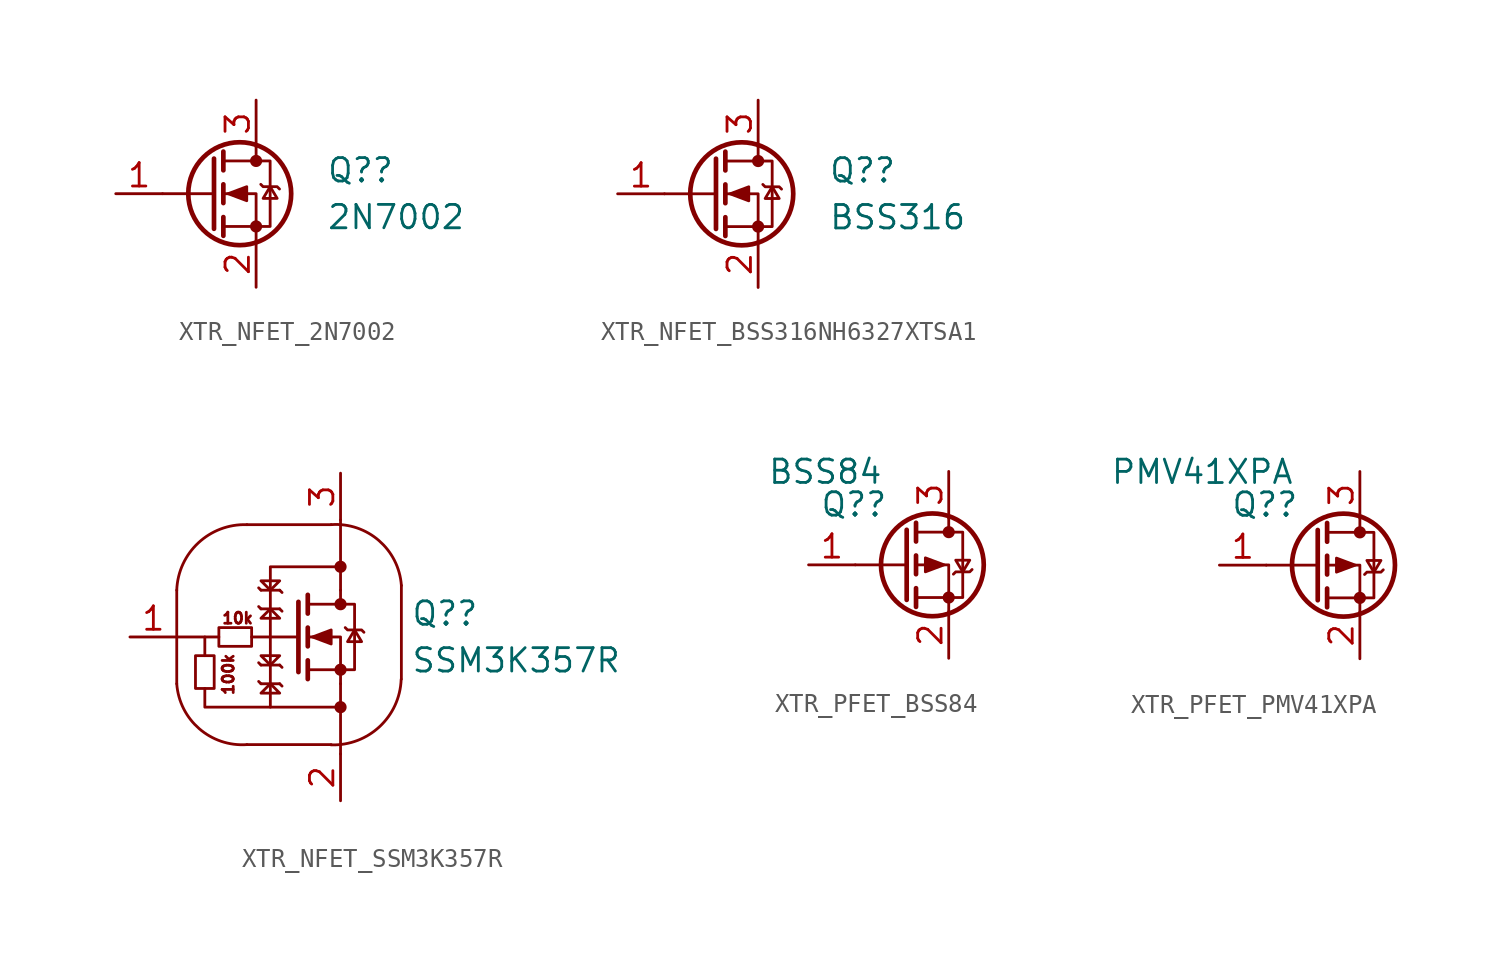
<source format=kicad_sym>
(kicad_symbol_lib
  (version 20231120)
  (generator "kicad_symbol_editor")
  (generator_version "8.0")
  (symbol "XTR_NFET_2N7002"
    (pin_names hide)
    (property "Reference" "Q?"
      (at 6.35 1.27 0)
      (effects (font (size 1.27 1.27)) (justify left)))
    (property "Value" "2N7002"
      (at 6.35 -1.27 0)
      (effects (font (size 1.27 1.27)) (justify left)))
    (symbol "XTR_NFET_2N7002_0_1"
      (polyline (pts (xy 0.254 0) (xy -2.54 0)) (stroke (width 0) (type default)) (fill (type none)))
      (polyline (pts (xy 0.254 1.905) (xy 0.254 -1.905)) (stroke (width 0.254) (type default)) (fill (type none)))
      (polyline (pts (xy 0.762 -1.27) (xy 0.762 -2.286)) (stroke (width 0.254) (type default)) (fill (type none)))
      (polyline (pts (xy 0.762 0.508) (xy 0.762 -0.508)) (stroke (width 0.254) (type default)) (fill (type none)))
      (polyline (pts (xy 0.762 2.286) (xy 0.762 1.27)) (stroke (width 0.254) (type default)) (fill (type none)))
      (polyline (pts (xy 2.54 2.54) (xy 2.54 1.778)) (stroke (width 0) (type default)) (fill (type none)))
      (polyline (pts (xy 2.54 -2.54) (xy 2.54 0) (xy 0.762 0)) (stroke (width 0) (type default)) (fill (type none)))
      (polyline (pts (xy 0.762 -1.778) (xy 3.302 -1.778) (xy 3.302 1.778) (xy 0.762 1.778)) (stroke (width 0) (type default)) (fill (type none)))
      (polyline (pts (xy 1.016 0) (xy 2.032 0.381) (xy 2.032 -0.381) (xy 1.016 0)) (stroke (width 0) (type default)) (fill (type outline)))
      (polyline (pts (xy 2.794 0.508) (xy 2.921 0.381) (xy 3.683 0.381) (xy 3.81 0.254)) (stroke (width 0) (type default)) (fill (type none)))
      (polyline (pts (xy 3.302 0.381) (xy 2.921 -0.254) (xy 3.683 -0.254) (xy 3.302 0.381)) (stroke (width 0) (type default)) (fill (type none)))
      (circle (center 1.651 0) (radius 2.794) (stroke (width 0.254) (type default)) (fill (type none)))
      (circle (center 2.54 -1.778) (radius 0.254) (stroke (width 0) (type default)) (fill (type outline)))
      (circle (center 2.54 1.778) (radius 0.254) (stroke (width 0) (type default)) (fill (type outline))))
    (symbol "XTR_NFET_2N7002_1_1"
      (pin input line (at -5.08 0 0) (length 2.54) (name "G" (effects (font (size 1.27 1.27)))) (number "1" (effects (font (size 1.27 1.27)))))
      (pin passive line (at 2.54 -5.08 90) (length 2.54) (name "S" (effects (font (size 1.27 1.27)))) (number "2" (effects (font (size 1.27 1.27)))))
      (pin passive line (at 2.54 5.08 270) (length 2.54) (name "D" (effects (font (size 1.27 1.27)))) (number "3" (effects (font (size 1.27 1.27)))))))
  (symbol "XTR_NFET_BSS316NH6327XTSA1"
    (pin_names hide)
    (property "Reference" "Q?"
      (at 6.35 1.27 0)
      (effects (font (size 1.27 1.27)) (justify left)))
    (property "Value" "BSS316"
      (at 6.35 -1.27 0)
      (effects (font (size 1.27 1.27)) (justify left)))
    (symbol "XTR_NFET_BSS316NH6327XTSA1_0_1"
      (polyline (pts (xy 0.254 0) (xy -2.54 0)) (stroke (width 0) (type default)) (fill (type none)))
      (polyline (pts (xy 0.254 1.905) (xy 0.254 -1.905)) (stroke (width 0.254) (type default)) (fill (type none)))
      (polyline (pts (xy 0.762 -1.27) (xy 0.762 -2.286)) (stroke (width 0.254) (type default)) (fill (type none)))
      (polyline (pts (xy 0.762 0.508) (xy 0.762 -0.508)) (stroke (width 0.254) (type default)) (fill (type none)))
      (polyline (pts (xy 0.762 2.286) (xy 0.762 1.27)) (stroke (width 0.254) (type default)) (fill (type none)))
      (polyline (pts (xy 2.54 2.54) (xy 2.54 1.778)) (stroke (width 0) (type default)) (fill (type none)))
      (polyline (pts (xy 2.54 -2.54) (xy 2.54 0) (xy 0.762 0)) (stroke (width 0) (type default)) (fill (type none)))
      (polyline (pts (xy 0.762 -1.778) (xy 3.302 -1.778) (xy 3.302 1.778) (xy 0.762 1.778)) (stroke (width 0) (type default)) (fill (type none)))
      (polyline (pts (xy 1.016 0) (xy 2.032 0.381) (xy 2.032 -0.381) (xy 1.016 0)) (stroke (width 0) (type default)) (fill (type outline)))
      (polyline (pts (xy 2.794 0.508) (xy 2.921 0.381) (xy 3.683 0.381) (xy 3.81 0.254)) (stroke (width 0) (type default)) (fill (type none)))
      (polyline (pts (xy 3.302 0.381) (xy 2.921 -0.254) (xy 3.683 -0.254) (xy 3.302 0.381)) (stroke (width 0) (type default)) (fill (type none)))
      (circle (center 1.651 0) (radius 2.794) (stroke (width 0.254) (type default)) (fill (type none)))
      (circle (center 2.54 -1.778) (radius 0.254) (stroke (width 0) (type default)) (fill (type outline)))
      (circle (center 2.54 1.778) (radius 0.254) (stroke (width 0) (type default)) (fill (type outline))))
    (symbol "XTR_NFET_BSS316NH6327XTSA1_1_1"
      (pin input line (at -5.08 0 0) (length 2.54) (name "G" (effects (font (size 1.27 1.27)))) (number "1" (effects (font (size 1.27 1.27)))))
      (pin passive line (at 2.54 -5.08 90) (length 2.54) (name "S" (effects (font (size 1.27 1.27)))) (number "2" (effects (font (size 1.27 1.27)))))
      (pin passive line (at 2.54 5.08 270) (length 2.54) (name "D" (effects (font (size 1.27 1.27)))) (number "3" (effects (font (size 1.27 1.27)))))))
  (symbol "XTR_NFET_SSM3K357R"
    (pin_names hide)
    (property "Reference" "Q?"
      (at 6.35 1.27 0)
      (effects (font (size 1.27 1.27)) (justify left)))
    (property "Value" "SSM3K357R"
      (at 6.35 -1.27 0)
      (effects (font (size 1.27 1.27)) (justify left)))
    (symbol "XTR_NFET_SSM3K357R_0_1"
      (rectangle (start -5.334 -2.794) (end -4.318 -1.016) (stroke (width 0) (type default)) (fill (type none)))
      (rectangle (start -4.064 0.508) (end -2.286 -0.508) (stroke (width 0) (type default)) (fill (type none)))
      (polyline (pts (xy -4.826 0) (xy -6.35 0)) (stroke (width 0) (type default)) (fill (type none)))
      (polyline (pts (xy -1.778 -2.54) (xy -1.905 -2.413)) (stroke (width 0) (type default)) (fill (type none)))
      (polyline (pts (xy -1.778 -1.524) (xy -1.905 -1.397)) (stroke (width 0) (type default)) (fill (type none)))
      (polyline (pts (xy -1.778 1.524) (xy -1.905 1.651)) (stroke (width 0) (type default)) (fill (type none)))
      (polyline (pts (xy -1.778 2.54) (xy -1.905 2.667)) (stroke (width 0) (type default)) (fill (type none)))
      (polyline (pts (xy -0.762 -2.54) (xy -1.778 -2.54)) (stroke (width 0) (type default)) (fill (type none)))
      (polyline (pts (xy -0.762 -1.524) (xy -1.778 -1.524)) (stroke (width 0) (type default)) (fill (type none)))
      (polyline (pts (xy -0.762 1.524) (xy -1.778 1.524)) (stroke (width 0) (type default)) (fill (type none)))
      (polyline (pts (xy -0.762 2.54) (xy -1.778 2.54)) (stroke (width 0) (type default)) (fill (type none)))
      (polyline (pts (xy -0.635 -2.667) (xy -0.762 -2.54)) (stroke (width 0) (type default)) (fill (type none)))
      (polyline (pts (xy -0.635 -1.651) (xy -0.762 -1.524)) (stroke (width 0) (type default)) (fill (type none)))
      (polyline (pts (xy -0.635 1.397) (xy -0.762 1.524)) (stroke (width 0) (type default)) (fill (type none)))
      (polyline (pts (xy -0.635 2.413) (xy -0.762 2.54)) (stroke (width 0) (type default)) (fill (type none)))
      (polyline (pts (xy 0.254 0) (xy -2.286 0)) (stroke (width 0) (type default)) (fill (type none)))
      (polyline (pts (xy 0.254 1.905) (xy 0.254 -1.905)) (stroke (width 0.254) (type default)) (fill (type none)))
      (polyline (pts (xy 0.762 -1.27) (xy 0.762 -2.286)) (stroke (width 0.254) (type default)) (fill (type none)))
      (polyline (pts (xy 0.762 0.508) (xy 0.762 -0.508)) (stroke (width 0.254) (type default)) (fill (type none)))
      (polyline (pts (xy 0.762 2.286) (xy 0.762 1.27)) (stroke (width 0.254) (type default)) (fill (type none)))
      (polyline (pts (xy 2.54 2.54) (xy 2.54 1.778)) (stroke (width 0) (type default)) (fill (type none)))
      (polyline (pts (xy -4.826 -1.016) (xy -4.826 0) (xy -4.064 0)) (stroke (width 0) (type default)) (fill (type none)))
      (polyline (pts (xy -1.27 -3.81) (xy -4.826 -3.81) (xy -4.826 -2.794)) (stroke (width 0) (type default)) (fill (type none)))
      (polyline (pts (xy 2.54 -2.54) (xy 2.54 0) (xy 0.762 0)) (stroke (width 0) (type default)) (fill (type none)))
      (polyline (pts (xy -1.27 -2.54) (xy -0.762 -3.048) (xy -1.778 -3.048) (xy -1.27 -2.54)) (stroke (width 0) (type default)) (fill (type none)))
      (polyline (pts (xy -1.27 -1.524) (xy -0.762 -1.016) (xy -1.778 -1.016) (xy -1.27 -1.524)) (stroke (width 0) (type default)) (fill (type none)))
      (polyline (pts (xy -1.27 1.524) (xy -0.762 1.016) (xy -1.778 1.016) (xy -1.27 1.524)) (stroke (width 0) (type default)) (fill (type none)))
      (polyline (pts (xy -1.27 2.54) (xy -0.762 3.048) (xy -1.778 3.048) (xy -1.27 2.54)) (stroke (width 0) (type default)) (fill (type none)))
      (polyline (pts (xy 0.762 -1.778) (xy 3.302 -1.778) (xy 3.302 1.778) (xy 0.762 1.778)) (stroke (width 0) (type default)) (fill (type none)))
      (polyline (pts (xy 1.016 0) (xy 2.032 0.381) (xy 2.032 -0.381) (xy 1.016 0)) (stroke (width 0) (type default)) (fill (type outline)))
      (polyline (pts (xy 2.794 0.508) (xy 2.921 0.381) (xy 3.683 0.381) (xy 3.81 0.254)) (stroke (width 0) (type default)) (fill (type none)))
      (polyline (pts (xy 3.302 0.381) (xy 2.921 -0.254) (xy 3.683 -0.254) (xy 3.302 0.381)) (stroke (width 0) (type default)) (fill (type none)))
      (polyline (pts (xy -1.27 0) (xy -1.27 3.81) (xy 2.54 3.81) (xy 2.54 2.54) (xy 2.54 6.35)) (stroke (width 0) (type default)) (fill (type none)))
      (polyline (pts (xy -1.27 0) (xy -1.27 -3.81) (xy 2.54 -3.81) (xy 2.54 -2.54) (xy 2.54 -3.81) (xy 2.54 -6.35)) (stroke (width 0) (type default)) (fill (type none)))
      (circle (center 2.54 -3.81) (radius 0.254) (stroke (width 0) (type default)) (fill (type outline)))
      (circle (center 2.54 -1.778) (radius 0.254) (stroke (width 0) (type default)) (fill (type outline)))
      (circle (center 2.54 1.778) (radius 0.254) (stroke (width 0) (type default)) (fill (type outline)))
      (circle (center 2.54 3.81) (radius 0.254) (stroke (width 0) (type default)) (fill (type outline))))
    (symbol "XTR_NFET_SSM3K357R_1_1"
      (arc (start -6.35 -2.54) (mid -5.1286 -4.9798) (end -2.54 -5.842) (stroke (width 0) (type default)) (fill (type none)))
      (arc (start -2.54 6.096) (mid -5.1802 5.1057) (end -6.35 2.54) (stroke (width 0) (type default)) (fill (type none)))
      (polyline (pts (xy -6.35 -2.54) (xy -6.35 2.54)) (stroke (width 0) (type default)) (fill (type none)))
      (polyline (pts (xy -2.54 -5.842) (xy 2.032 -5.842)) (stroke (width 0) (type default)) (fill (type none)))
      (polyline (pts (xy -2.54 6.096) (xy 2.032 6.096)) (stroke (width 0) (type default)) (fill (type none)))
      (polyline (pts (xy 5.842 2.794) (xy 5.842 -2.286)) (stroke (width 0) (type default)) (fill (type none)))
      (arc (start 2.0207 -5.8562) (mid 4.6609 -4.8659) (end 5.8307 -2.3002) (stroke (width 0) (type default)) (fill (type none)))
      (arc (start 5.8429 2.795) (mid 4.6215 5.2348) (end 2.0329 6.097) (stroke (width 0) (type default)) (fill (type none)))
      (text "100k" (at -3.556 -2.032 900) (effects (font (size 0.6 0.6))))
      (text "10k" (at -3.048 1.016 0) (effects (font (size 0.6 0.6))))
      (pin input line (at -8.89 0 0) (length 2.54) (name "G" (effects (font (size 1.27 1.27)))) (number "1" (effects (font (size 1.27 1.27)))))
      (pin passive line (at 2.54 -8.89 90) (length 2.54) (name "S" (effects (font (size 1.27 1.27)))) (number "2" (effects (font (size 1.27 1.27)))))
      (pin passive line (at 2.54 8.89 270) (length 2.54) (name "D" (effects (font (size 1.27 1.27)))) (number "3" (effects (font (size 1.27 1.27)))))))
  (symbol "XTR_PFET_BSS84"
    (pin_names hide)
    (property "Reference" "Q?"
      (at -0.762 2.54 0)
      (effects (font (size 1.27 1.27)) (justify right bottom)))
    (property "Value" "BSS84"
      (at -1.016 4.318 0)
      (effects (font (size 1.27 1.27)) (justify right bottom)))
    (symbol "XTR_PFET_BSS84_0_1"
      (polyline (pts (xy 0.254 0) (xy -2.54 0)) (stroke (width 0) (type default)) (fill (type none)))
      (polyline (pts (xy 0.254 1.905) (xy 0.254 -1.905)) (stroke (width 0.254) (type default)) (fill (type none)))
      (polyline (pts (xy 0.762 -1.27) (xy 0.762 -2.286)) (stroke (width 0.254) (type default)) (fill (type none)))
      (polyline (pts (xy 0.762 0.508) (xy 0.762 -0.508)) (stroke (width 0.254) (type default)) (fill (type none)))
      (polyline (pts (xy 0.762 2.286) (xy 0.762 1.27)) (stroke (width 0.254) (type default)) (fill (type none)))
      (polyline (pts (xy 2.54 2.54) (xy 2.54 1.778)) (stroke (width 0) (type default)) (fill (type none)))
      (polyline (pts (xy 2.54 -2.54) (xy 2.54 0) (xy 0.762 0)) (stroke (width 0) (type default)) (fill (type none)))
      (polyline (pts (xy 0.762 1.778) (xy 3.302 1.778) (xy 3.302 -1.778) (xy 0.762 -1.778)) (stroke (width 0) (type default)) (fill (type none)))
      (polyline (pts (xy 2.286 0) (xy 1.27 0.381) (xy 1.27 -0.381) (xy 2.286 0)) (stroke (width 0) (type default)) (fill (type outline)))
      (polyline (pts (xy 2.794 -0.508) (xy 2.921 -0.381) (xy 3.683 -0.381) (xy 3.81 -0.254)) (stroke (width 0) (type default)) (fill (type none)))
      (polyline (pts (xy 3.302 -0.381) (xy 2.921 0.254) (xy 3.683 0.254) (xy 3.302 -0.381)) (stroke (width 0) (type default)) (fill (type none)))
      (circle (center 1.651 0) (radius 2.794) (stroke (width 0.254) (type default)) (fill (type none)))
      (circle (center 2.54 -1.778) (radius 0.254) (stroke (width 0) (type default)) (fill (type outline)))
      (circle (center 2.54 1.778) (radius 0.254) (stroke (width 0) (type default)) (fill (type outline))))
    (symbol "XTR_PFET_BSS84_1_1"
      (pin input line (at -5.08 0 0) (length 2.54) (name "G" (effects (font (size 1.27 1.27)))) (number "1" (effects (font (size 1.27 1.27)))))
      (pin passive line (at 2.54 -5.08 90) (length 2.54) (name "S" (effects (font (size 1.27 1.27)))) (number "2" (effects (font (size 1.27 1.27)))))
      (pin passive line (at 2.54 5.08 270) (length 2.54) (name "D" (effects (font (size 1.27 1.27)))) (number "3" (effects (font (size 1.27 1.27)))))))
  (symbol "XTR_PFET_PMV41XPA"
    (pin_names hide)
    (property "Reference" "Q?"
      (at -0.762 2.54 0)
      (effects (font (size 1.27 1.27)) (justify right bottom)))
    (property "Value" "PMV41XPA"
      (at -1.016 4.318 0)
      (effects (font (size 1.27 1.27)) (justify right bottom)))
    (symbol "XTR_PFET_PMV41XPA_0_1"
      (polyline (pts (xy 0.254 0) (xy -2.54 0)) (stroke (width 0) (type default)) (fill (type none)))
      (polyline (pts (xy 0.254 1.905) (xy 0.254 -1.905)) (stroke (width 0.254) (type default)) (fill (type none)))
      (polyline (pts (xy 0.762 -1.27) (xy 0.762 -2.286)) (stroke (width 0.254) (type default)) (fill (type none)))
      (polyline (pts (xy 0.762 0.508) (xy 0.762 -0.508)) (stroke (width 0.254) (type default)) (fill (type none)))
      (polyline (pts (xy 0.762 2.286) (xy 0.762 1.27)) (stroke (width 0.254) (type default)) (fill (type none)))
      (polyline (pts (xy 2.54 2.54) (xy 2.54 1.778)) (stroke (width 0) (type default)) (fill (type none)))
      (polyline (pts (xy 2.54 -2.54) (xy 2.54 0) (xy 0.762 0)) (stroke (width 0) (type default)) (fill (type none)))
      (polyline (pts (xy 0.762 1.778) (xy 3.302 1.778) (xy 3.302 -1.778) (xy 0.762 -1.778)) (stroke (width 0) (type default)) (fill (type none)))
      (polyline (pts (xy 2.286 0) (xy 1.27 0.381) (xy 1.27 -0.381) (xy 2.286 0)) (stroke (width 0) (type default)) (fill (type outline)))
      (polyline (pts (xy 2.794 -0.508) (xy 2.921 -0.381) (xy 3.683 -0.381) (xy 3.81 -0.254)) (stroke (width 0) (type default)) (fill (type none)))
      (polyline (pts (xy 3.302 -0.381) (xy 2.921 0.254) (xy 3.683 0.254) (xy 3.302 -0.381)) (stroke (width 0) (type default)) (fill (type none)))
      (circle (center 1.651 0) (radius 2.794) (stroke (width 0.254) (type default)) (fill (type none)))
      (circle (center 2.54 -1.778) (radius 0.254) (stroke (width 0) (type default)) (fill (type outline)))
      (circle (center 2.54 1.778) (radius 0.254) (stroke (width 0) (type default)) (fill (type outline))))
    (symbol "XTR_PFET_PMV41XPA_1_1"
      (pin input line (at -5.08 0 0) (length 2.54) (name "G" (effects (font (size 1.27 1.27)))) (number "1" (effects (font (size 1.27 1.27)))))
      (pin passive line (at 2.54 -5.08 90) (length 2.54) (name "S" (effects (font (size 1.27 1.27)))) (number "2" (effects (font (size 1.27 1.27)))))
      (pin passive line (at 2.54 5.08 270) (length 2.54) (name "D" (effects (font (size 1.27 1.27)))) (number "3" (effects (font (size 1.27 1.27))))))))
</source>
